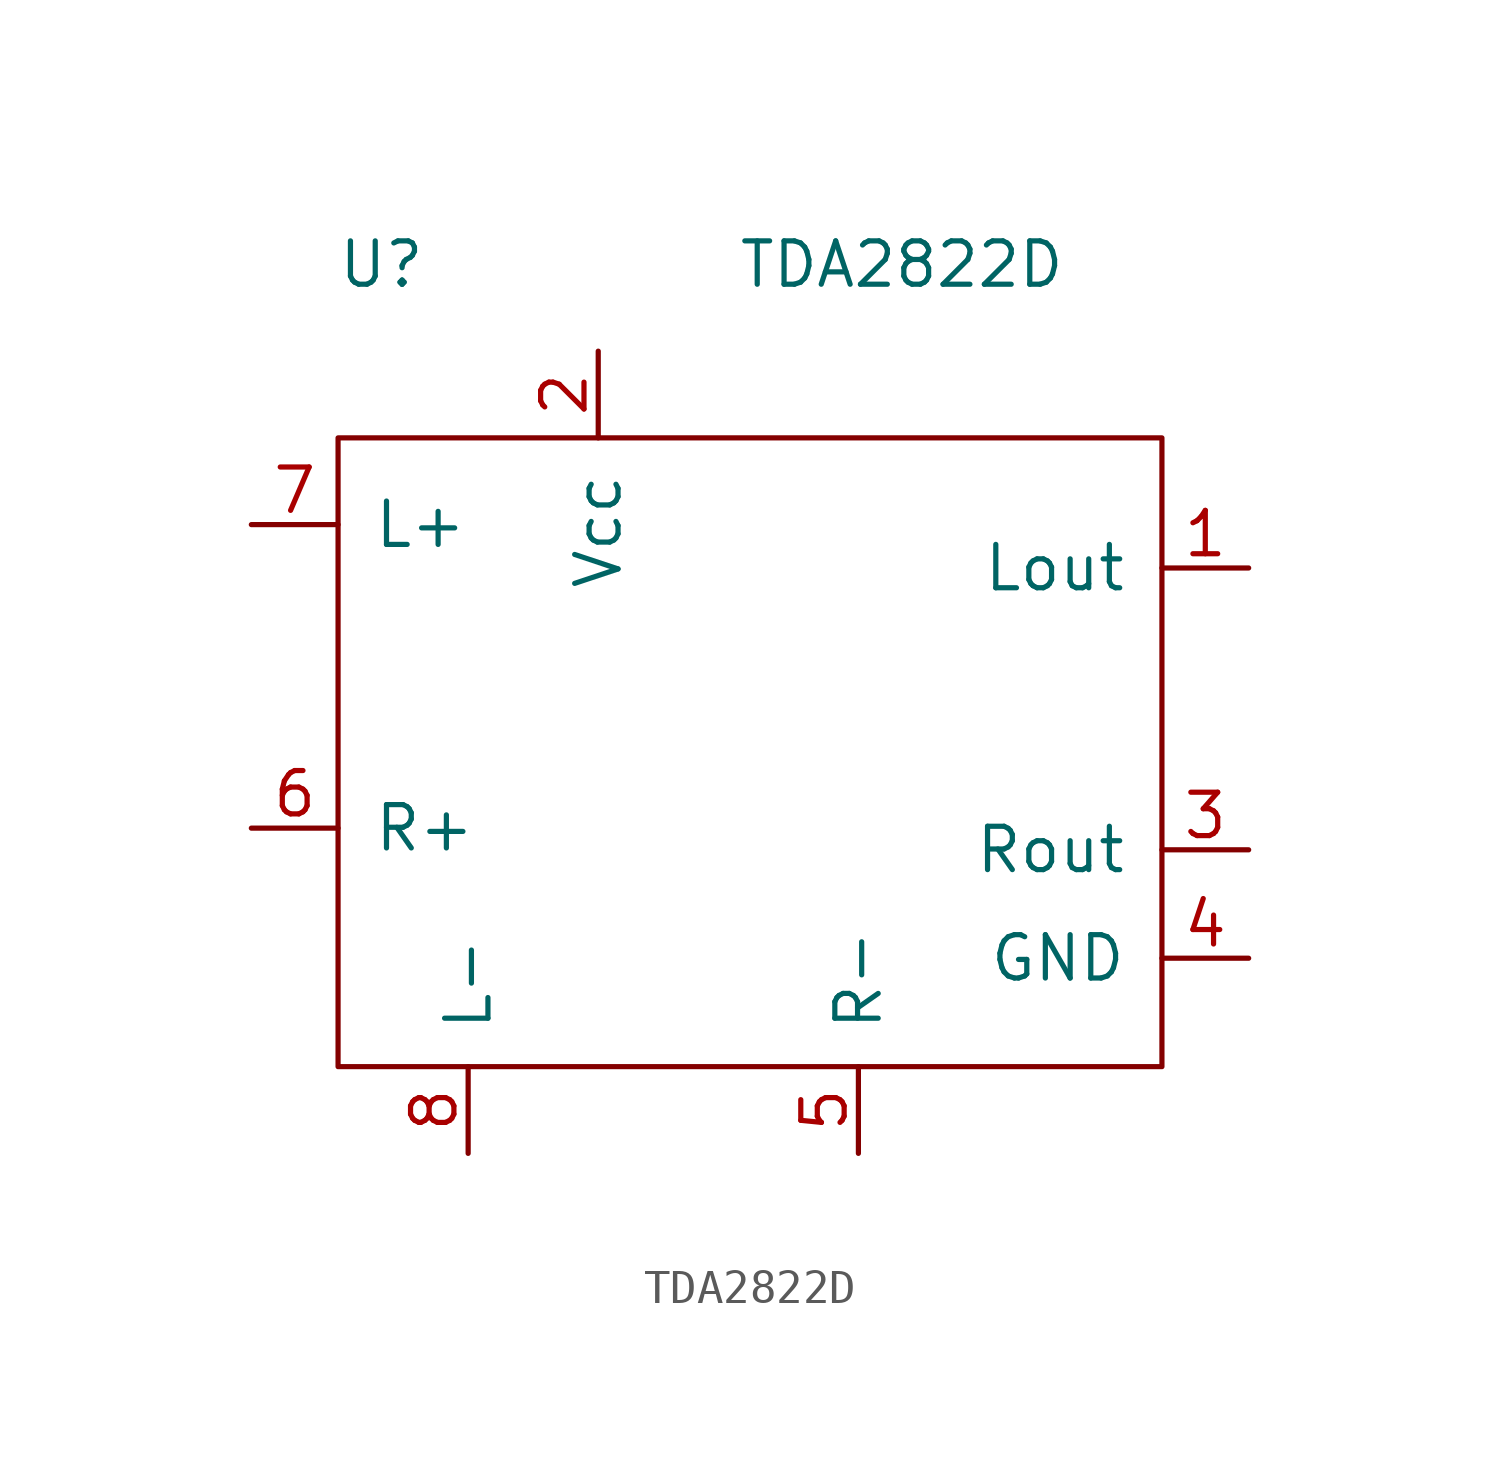
<source format=kicad_sym>
(kicad_symbol_lib
  (version 20211014)
  (generator kicad_symbol_editor)
  (symbol "TDA2822D"
    (pin_names
      (offset 1.016))
    (property "Reference" "U"
      (at 2.54 -1.27 0)
      (effects (font (size 1.27 1.27))))
    (property "Value" "TDA2822D"
      (at 17.78 -1.27 0)
      (effects (font (size 1.27 1.27))))
    (symbol "TDA2822D_0_1"
      (rectangle (start 1.27 -6.35) (end 25.4 -24.765) (stroke (width 0.152) (type default) (color 0 0 0 0)) (fill (type none))))
    (symbol "TDA2822D_1_1"
      (pin input line (at 27.94 -10.16 180) (length 2.54) (name "Lout" (effects (font (size 1.27 1.27)))) (number "1" (effects (font (size 1.27 1.27)))))
      (pin input line (at 8.89 -3.81 270) (length 2.54) (name "Vcc" (effects (font (size 1.27 1.27)))) (number "2" (effects (font (size 1.27 1.27)))))
      (pin input line (at 27.94 -18.415 180) (length 2.54) (name "Rout" (effects (font (size 1.27 1.27)))) (number "3" (effects (font (size 1.27 1.27)))))
      (pin input line (at 27.94 -21.59 180) (length 2.54) (name "GND" (effects (font (size 1.27 1.27)))) (number "4" (effects (font (size 1.27 1.27)))))
      (pin input line (at 16.51 -27.305 90) (length 2.54) (name "R-" (effects (font (size 1.27 1.27)))) (number "5" (effects (font (size 1.27 1.27)))))
      (pin input line (at -1.27 -17.78 0) (length 2.54) (name "R+" (effects (font (size 1.27 1.27)))) (number "6" (effects (font (size 1.27 1.27)))))
      (pin input line (at -1.27 -8.89 0) (length 2.54) (name "L+" (effects (font (size 1.27 1.27)))) (number "7" (effects (font (size 1.27 1.27)))))
      (pin input line (at 5.08 -27.305 90) (length 2.54) (name "L-" (effects (font (size 1.27 1.27)))) (number "8" (effects (font (size 1.27 1.27))))))))
</source>
